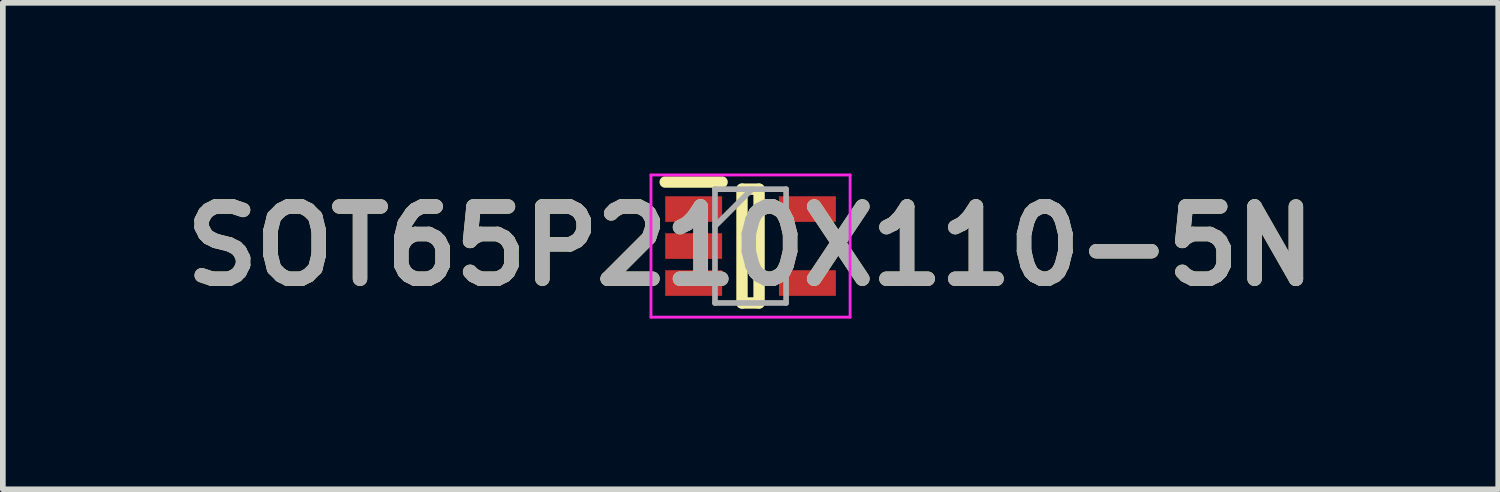
<source format=kicad_pcb>
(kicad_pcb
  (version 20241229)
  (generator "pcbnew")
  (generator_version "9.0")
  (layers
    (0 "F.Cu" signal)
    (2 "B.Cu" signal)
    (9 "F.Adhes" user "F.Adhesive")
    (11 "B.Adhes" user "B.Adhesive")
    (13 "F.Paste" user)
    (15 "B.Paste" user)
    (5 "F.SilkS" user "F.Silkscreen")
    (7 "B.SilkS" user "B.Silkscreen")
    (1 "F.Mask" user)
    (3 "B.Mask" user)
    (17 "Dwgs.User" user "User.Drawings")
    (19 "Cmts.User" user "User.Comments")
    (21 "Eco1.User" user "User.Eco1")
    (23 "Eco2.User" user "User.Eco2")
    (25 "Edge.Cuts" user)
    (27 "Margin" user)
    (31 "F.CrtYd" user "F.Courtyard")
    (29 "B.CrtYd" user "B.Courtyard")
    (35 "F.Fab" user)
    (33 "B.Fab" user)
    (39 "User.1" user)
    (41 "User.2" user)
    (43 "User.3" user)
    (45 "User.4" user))
  (footprint "SOT65P210X110-5N"
    (layer "F.Cu")
    (at 10.142 1.275)
    (property "Reference" "SOT65P210X110-5N" (at 0 0 0) (layer "F.SilkS") (effects (font (size 1.27 1.27) (thickness 0.254))))
    (attr smd)
    (fp_line (start -1.5 -1.125) (end -0.5 -1.125) (stroke (width 0.2) (type solid)) (layer "F.SilkS"))
    (fp_line (start -0.15 -1) (end 0.15 -1) (stroke (width 0.2) (type solid)) (layer "F.SilkS"))
    (fp_line (start -0.15 1) (end -0.15 -1) (stroke (width 0.2) (type solid)) (layer "F.SilkS"))
    (fp_line (start 0.15 -1) (end 0.15 1) (stroke (width 0.2) (type solid)) (layer "F.SilkS"))
    (fp_line (start 0.15 1) (end -0.15 1) (stroke (width 0.2) (type solid)) (layer "F.SilkS"))
    (fp_line (start -1.75 -1.25) (end 1.75 -1.25) (stroke (width 0.05) (type solid)) (layer "F.CrtYd"))
    (fp_line (start -1.75 1.25) (end -1.75 -1.25) (stroke (width 0.05) (type solid)) (layer "F.CrtYd"))
    (fp_line (start 1.75 -1.25) (end 1.75 1.25) (stroke (width 0.05) (type solid)) (layer "F.CrtYd"))
    (fp_line (start 1.75 1.25) (end -1.75 1.25) (stroke (width 0.05) (type solid)) (layer "F.CrtYd"))
    (fp_line (start -0.625 -1) (end 0.625 -1) (stroke (width 0.1) (type solid)) (layer "F.Fab"))
    (fp_line (start -0.625 -0.35) (end 0.025 -1) (stroke (width 0.1) (type solid)) (layer "F.Fab"))
    (fp_line (start -0.625 1) (end -0.625 -1) (stroke (width 0.1) (type solid)) (layer "F.Fab"))
    (fp_line (start 0.625 -1) (end 0.625 1) (stroke (width 0.1) (type solid)) (layer "F.Fab"))
    (fp_line (start 0.625 1) (end -0.625 1) (stroke (width 0.1) (type solid)) (layer "F.Fab"))
    (fp_text user "${REFERENCE}" (at 0 0 0) (layer "F.Fab") (effects (font (size 1.27 1.27) (thickness 0.254))))
    (pad "1" smd rect (at -1 -0.65 90) (size 0.45 1) (layers "F.Cu" "F.Mask" "F.Paste"))
    (pad "2" smd rect (at -1 0 90) (size 0.45 1) (layers "F.Cu" "F.Mask" "F.Paste"))
    (pad "3" smd rect (at -1 0.65 90) (size 0.45 1) (layers "F.Cu" "F.Mask" "F.Paste"))
    (pad "4" smd rect (at 1 0.65 90) (size 0.45 1) (layers "F.Cu" "F.Mask" "F.Paste"))
    (pad "5" smd rect (at 1 -0.65 90) (size 0.45 1) (layers "F.Cu" "F.Mask" "F.Paste")))
  (gr_rect
    (start -3 -3)
    (end 23.284 5.55)
    (stroke (width 0.1) (type default))
    (fill no)
    (layer "Edge.Cuts")))
</source>
